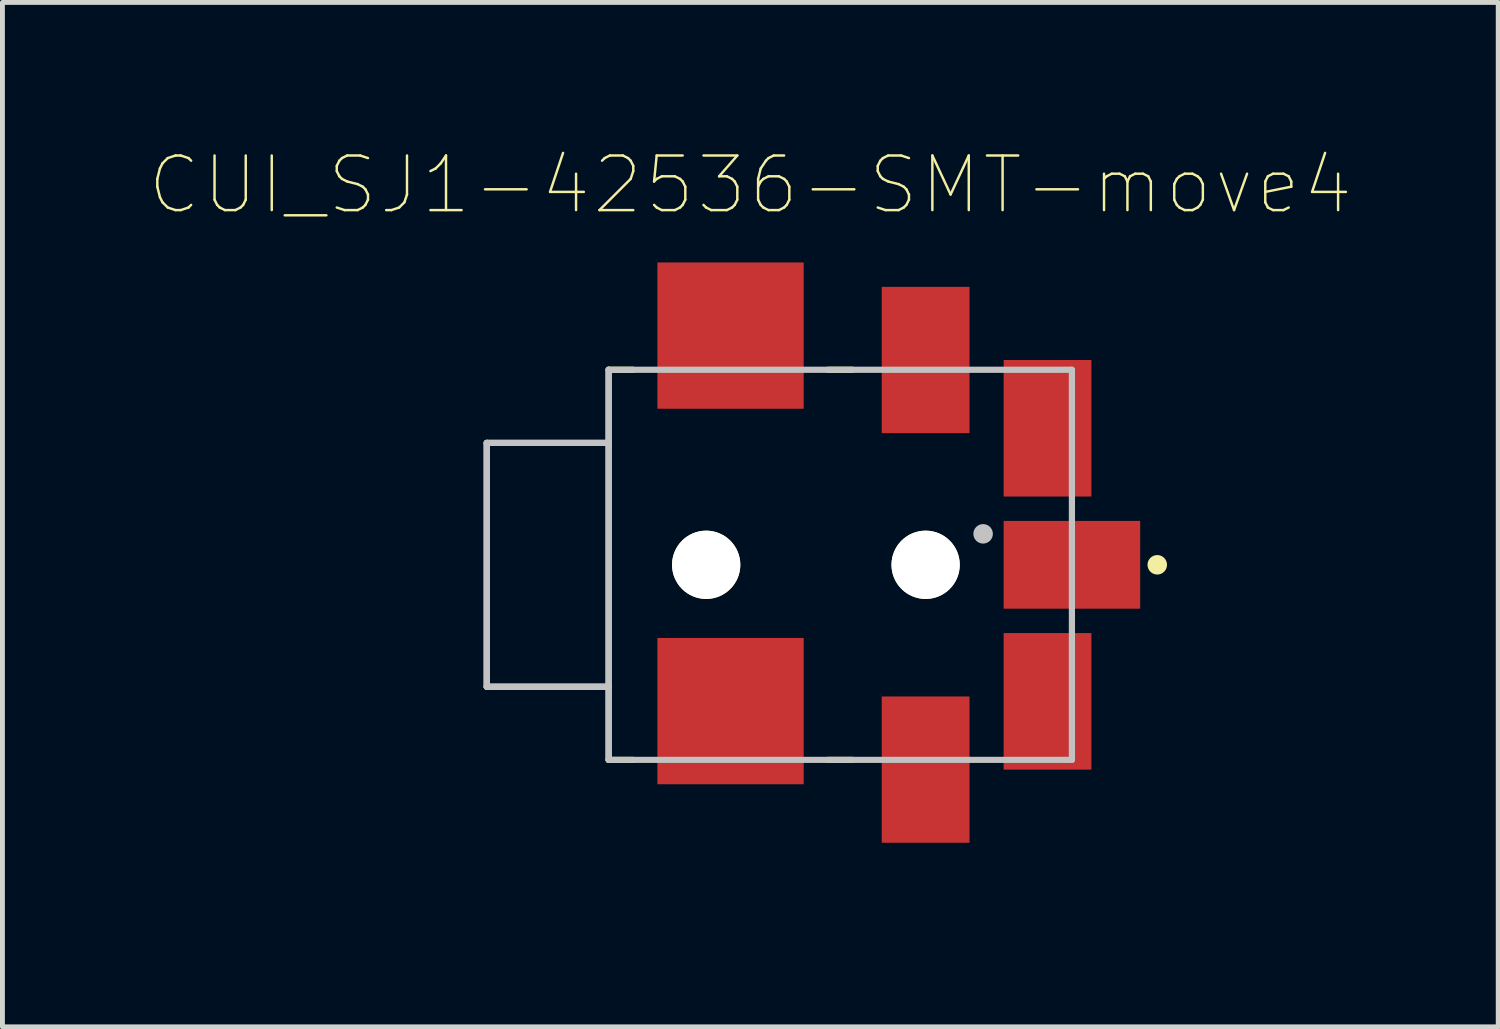
<source format=kicad_pcb>
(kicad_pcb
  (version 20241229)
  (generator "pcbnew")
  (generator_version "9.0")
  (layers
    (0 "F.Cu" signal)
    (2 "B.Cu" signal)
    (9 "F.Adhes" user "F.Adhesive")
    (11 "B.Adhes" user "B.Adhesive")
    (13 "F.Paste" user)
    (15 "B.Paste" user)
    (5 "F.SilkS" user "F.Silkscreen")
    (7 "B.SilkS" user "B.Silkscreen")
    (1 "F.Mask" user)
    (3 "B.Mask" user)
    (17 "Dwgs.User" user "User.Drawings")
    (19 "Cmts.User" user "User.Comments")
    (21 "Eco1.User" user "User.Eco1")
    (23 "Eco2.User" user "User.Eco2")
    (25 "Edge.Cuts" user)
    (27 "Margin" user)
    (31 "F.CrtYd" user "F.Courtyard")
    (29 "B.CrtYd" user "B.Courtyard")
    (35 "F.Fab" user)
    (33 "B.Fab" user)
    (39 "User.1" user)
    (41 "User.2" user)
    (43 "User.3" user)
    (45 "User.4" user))
  (footprint "CUI_SJ1-42536-SMT-move4"
    (layer "F.Cu")
    (at 13.681 8.532)
    (property "Reference" "CUI_SJ1-42536-SMT-move4" (at -1.345 -7.789 0) (layer "F.SilkS") (effects (font (size 1.12 1.12) (thickness 0.05))))
    (attr smd)
    (fp_line (start -6.75 -2.5) (end -6.75 2.5) (stroke (width 0.127) (type solid)) (layer "F.SilkS"))
    (fp_line (start -6.75 2.5) (end -4.25 2.5) (stroke (width 0.127) (type solid)) (layer "F.SilkS"))
    (fp_line (start -4.25 -4) (end -4.25 -2.5) (stroke (width 0.127) (type solid)) (layer "F.SilkS"))
    (fp_line (start -4.25 -2.5) (end -6.75 -2.5) (stroke (width 0.127) (type solid)) (layer "F.SilkS"))
    (fp_line (start -4.25 -2.5) (end -4.25 2.5) (stroke (width 0.127) (type solid)) (layer "F.SilkS"))
    (fp_line (start -4.25 2.5) (end -4.25 4) (stroke (width 0.127) (type solid)) (layer "F.SilkS"))
    (fp_line (start -4.25 4) (end -3.75 4) (stroke (width 0.127) (type solid)) (layer "F.SilkS"))
    (fp_line (start -3.75 -4) (end -4.25 -4) (stroke (width 0.127) (type solid)) (layer "F.SilkS"))
    (fp_line (start 0.25 -4) (end 0.75 -4) (stroke (width 0.127) (type solid)) (layer "F.SilkS"))
    (fp_line (start 0.25 4) (end 0.75 4) (stroke (width 0.127) (type solid)) (layer "F.SilkS"))
    (fp_circle (center 7 0) (end 7.1 0) (stroke (width 0.2) (type solid)) (fill no) (layer "F.SilkS"))
    (fp_line (start -6.75 -2.5) (end -6.75 2.5) (stroke (width 0.127) (type solid)) (layer "Dwgs.User"))
    (fp_line (start -6.75 2.5) (end -4.25 2.5) (stroke (width 0.127) (type solid)) (layer "Dwgs.User"))
    (fp_line (start -4.25 -4) (end 5.25 -4) (stroke (width 0.127) (type solid)) (layer "Dwgs.User"))
    (fp_line (start -4.25 -2.5) (end -6.75 -2.5) (stroke (width 0.127) (type solid)) (layer "Dwgs.User"))
    (fp_line (start -4.25 -2.5) (end -4.25 -4) (stroke (width 0.127) (type solid)) (layer "Dwgs.User"))
    (fp_line (start -4.25 2.5) (end -4.25 -2.5) (stroke (width 0.127) (type solid)) (layer "Dwgs.User"))
    (fp_line (start -4.25 4) (end -4.25 2.5) (stroke (width 0.127) (type solid)) (layer "Dwgs.User"))
    (fp_line (start 5.25 -4) (end 5.25 4) (stroke (width 0.127) (type solid)) (layer "Dwgs.User"))
    (fp_line (start 5.25 4) (end -4.25 4) (stroke (width 0.127) (type solid)) (layer "Dwgs.User"))
    (fp_circle (center 3.429 -0.635) (end 3.529 -0.635) (stroke (width 0.2) (type solid)) (fill no) (layer "Dwgs.User"))
    (fp_line (start -7 -2.75) (end -4.5 -2.75) (stroke (width 0.05) (type solid)) (layer "Eco1.User"))
    (fp_line (start -7 2.75) (end -7 -2.75) (stroke (width 0.05) (type solid)) (layer "Eco1.User"))
    (fp_line (start -4.5 -6.45) (end 3.4 -6.45) (stroke (width 0.05) (type solid)) (layer "Eco1.User"))
    (fp_line (start -4.5 -2.75) (end -4.5 -6.45) (stroke (width 0.05) (type solid)) (layer "Eco1.User"))
    (fp_line (start -4.5 2.75) (end -7 2.75) (stroke (width 0.05) (type solid)) (layer "Eco1.User"))
    (fp_line (start -4.5 6.45) (end -4.5 2.75) (stroke (width 0.05) (type solid)) (layer "Eco1.User"))
    (fp_line (start 3.4 -6.45) (end 3.4 -4.45) (stroke (width 0.05) (type solid)) (layer "Eco1.User"))
    (fp_line (start 3.4 -4.45) (end 5.9 -4.45) (stroke (width 0.05) (type solid)) (layer "Eco1.User"))
    (fp_line (start 3.4 4.45) (end 3.4 6.45) (stroke (width 0.05) (type solid)) (layer "Eco1.User"))
    (fp_line (start 3.4 6.45) (end -4.5 6.45) (stroke (width 0.05) (type solid)) (layer "Eco1.User"))
    (fp_line (start 5.9 -4.45) (end 5.9 -1.15) (stroke (width 0.05) (type solid)) (layer "Eco1.User"))
    (fp_line (start 5.9 -1.15) (end 6.9 -1.15) (stroke (width 0.05) (type solid)) (layer "Eco1.User"))
    (fp_line (start 5.9 1.15) (end 5.9 4.45) (stroke (width 0.05) (type solid)) (layer "Eco1.User"))
    (fp_line (start 5.9 4.45) (end 3.4 4.45) (stroke (width 0.05) (type solid)) (layer "Eco1.User"))
    (fp_line (start 6.9 -1.15) (end 6.9 1.15) (stroke (width 0.05) (type solid)) (layer "Eco1.User"))
    (fp_line (start 6.9 1.15) (end 5.9 1.15) (stroke (width 0.05) (type solid)) (layer "Eco1.User"))
    (pad "" np_thru_hole circle (at -2.25 0) (size 1.4 1.4) (drill 1.4) (layers "*.Cu" "*.Mask" "F.SilkS"))
    (pad "" np_thru_hole circle (at 2.25 0) (size 1.4 1.4) (drill 1.4) (layers "*.Cu" "*.Mask" "F.SilkS"))
    (pad "1" smd rect (at 5.25 0) (size 2.8 1.8) (layers "F.Cu" "F.Mask" "F.Paste"))
    (pad "2" smd rect (at 2.25 4.2) (size 1.8 3) (layers "F.Cu" "F.Mask" "F.Paste"))
    (pad "3" smd rect (at 2.25 -4.2) (size 1.8 3) (layers "F.Cu" "F.Mask" "F.Paste"))
    (pad "4" smd rect (at -1.75 3) (size 3 3) (layers "F.Cu" "F.Mask" "F.Paste"))
    (pad "4.1" smd rect (at -1.75 -4.7) (size 3 3) (layers "F.Cu" "F.Mask" "F.Paste"))
    (pad "5" smd rect (at 4.75 2.8 270) (size 2.8 1.8) (layers "F.Cu" "F.Mask" "F.Paste"))
    (pad "6" smd rect (at 4.75 -2.8 90) (size 2.8 1.8) (layers "F.Cu" "F.Mask" "F.Paste")))
  (gr_rect
    (start -3 -3)
    (end 27.673 18.007)
    (stroke (width 0.1) (type default))
    (fill no)
    (layer "Edge.Cuts")))
</source>
